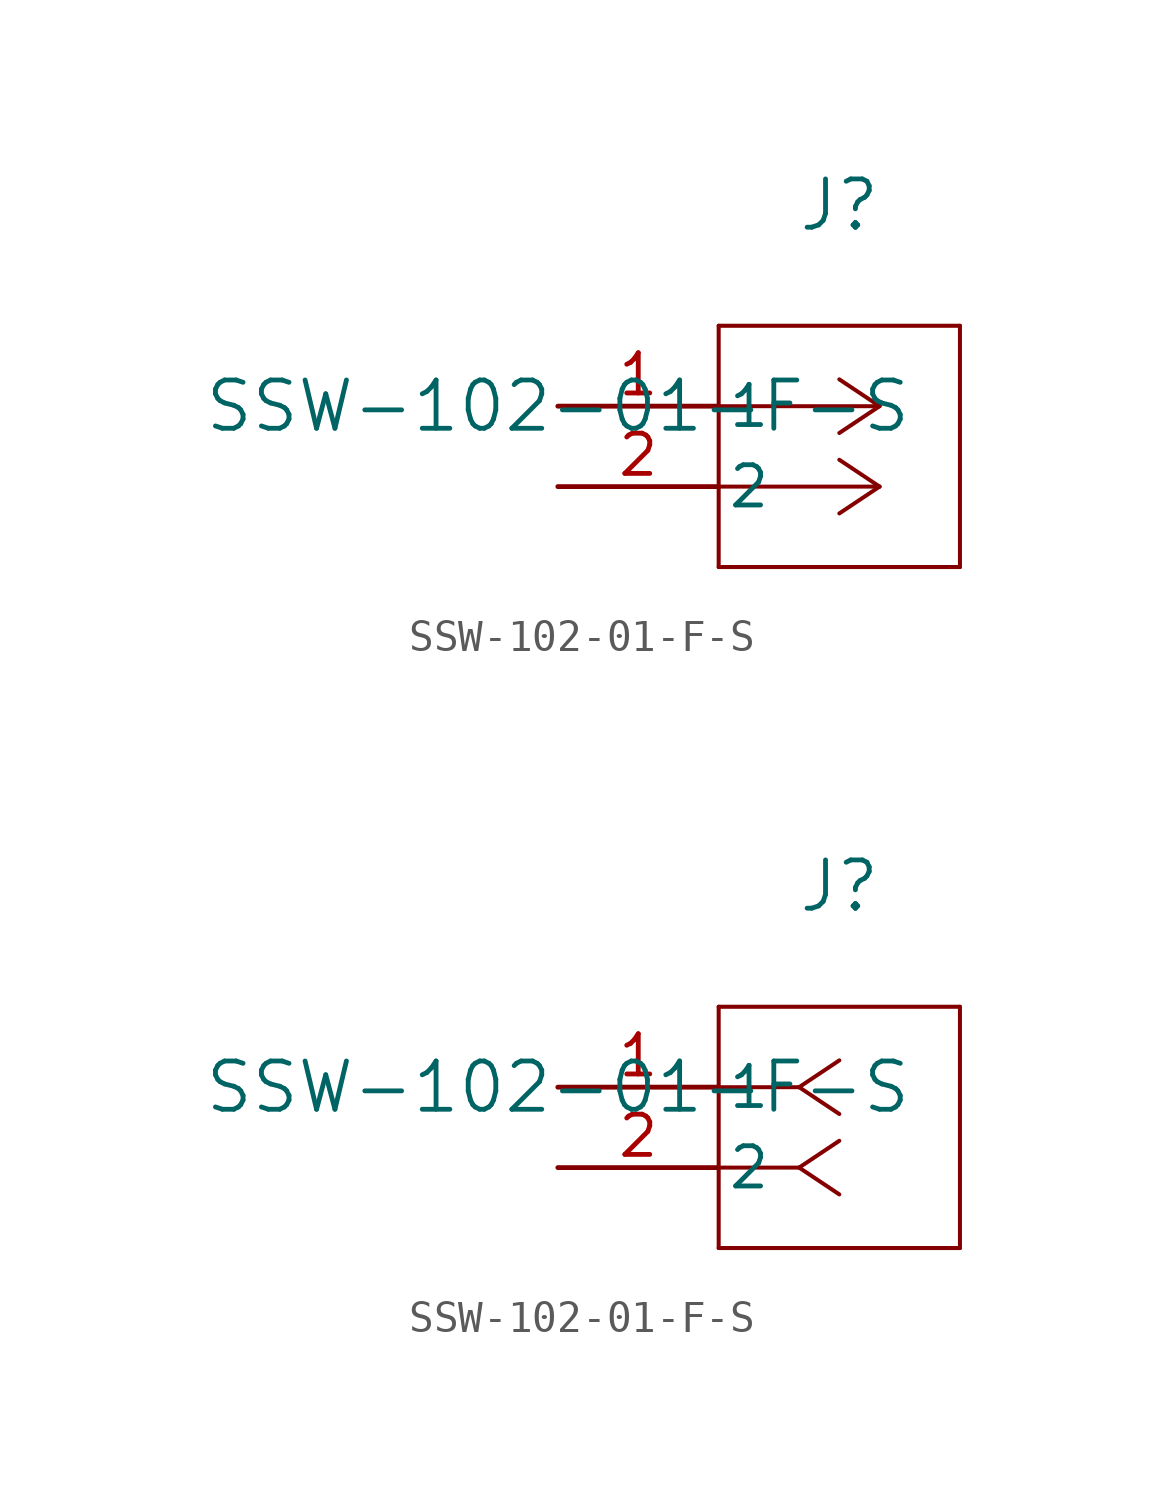
<source format=kicad_sym>
(kicad_symbol_lib
  (version 20211014)
  (generator kicad_symbol_editor)
  (symbol "SSW-102-01-F-S"
    (pin_names
      (offset 0.254))
    (property "Reference" "J"
      (at 8.89 6.35 0)
      (effects (font (size 1.524 1.524))))
    (property "Value" "SSW-102-01-F-S"
      (at 0 0 0)
      (effects (font (size 1.524 1.524))))
    (symbol "SSW-102-01-F-S_1_1"
      (polyline (pts (xy 10.16 0) (xy 5.08 0)) (stroke (width 0.127) (type default) (color 0 0 0 0)) (fill (type none)))
      (polyline (pts (xy 10.16 -2.54) (xy 5.08 -2.54)) (stroke (width 0.127) (type default) (color 0 0 0 0)) (fill (type none)))
      (polyline (pts (xy 10.16 0) (xy 8.89 0.847)) (stroke (width 0.127) (type default) (color 0 0 0 0)) (fill (type none)))
      (polyline (pts (xy 10.16 -2.54) (xy 8.89 -1.693)) (stroke (width 0.127) (type default) (color 0 0 0 0)) (fill (type none)))
      (polyline (pts (xy 10.16 0) (xy 8.89 -0.847)) (stroke (width 0.127) (type default) (color 0 0 0 0)) (fill (type none)))
      (polyline (pts (xy 10.16 -2.54) (xy 8.89 -3.387)) (stroke (width 0.127) (type default) (color 0 0 0 0)) (fill (type none)))
      (polyline (pts (xy 5.08 2.54) (xy 5.08 -5.08)) (stroke (width 0.127) (type default) (color 0 0 0 0)) (fill (type none)))
      (polyline (pts (xy 5.08 -5.08) (xy 12.7 -5.08)) (stroke (width 0.127) (type default) (color 0 0 0 0)) (fill (type none)))
      (polyline (pts (xy 12.7 -5.08) (xy 12.7 2.54)) (stroke (width 0.127) (type default) (color 0 0 0 0)) (fill (type none)))
      (polyline (pts (xy 12.7 2.54) (xy 5.08 2.54)) (stroke (width 0.127) (type default) (color 0 0 0 0)) (fill (type none)))
      (pin unspecified line (at 0 0 0) (length 5.08) (name "1" (effects (font (size 1.27 1.27)))) (number "1" (effects (font (size 1.27 1.27)))))
      (pin unspecified line (at 0 -2.54 0) (length 5.08) (name "2" (effects (font (size 1.27 1.27)))) (number "2" (effects (font (size 1.27 1.27))))))
    (symbol "SSW-102-01-F-S_1_2"
      (polyline (pts (xy 7.62 0) (xy 5.08 0)) (stroke (width 0.127) (type default) (color 0 0 0 0)) (fill (type none)))
      (polyline (pts (xy 7.62 -2.54) (xy 5.08 -2.54)) (stroke (width 0.127) (type default) (color 0 0 0 0)) (fill (type none)))
      (polyline (pts (xy 7.62 0) (xy 8.89 0.847)) (stroke (width 0.127) (type default) (color 0 0 0 0)) (fill (type none)))
      (polyline (pts (xy 7.62 -2.54) (xy 8.89 -1.693)) (stroke (width 0.127) (type default) (color 0 0 0 0)) (fill (type none)))
      (polyline (pts (xy 7.62 0) (xy 8.89 -0.847)) (stroke (width 0.127) (type default) (color 0 0 0 0)) (fill (type none)))
      (polyline (pts (xy 7.62 -2.54) (xy 8.89 -3.387)) (stroke (width 0.127) (type default) (color 0 0 0 0)) (fill (type none)))
      (polyline (pts (xy 5.08 2.54) (xy 5.08 -5.08)) (stroke (width 0.127) (type default) (color 0 0 0 0)) (fill (type none)))
      (polyline (pts (xy 5.08 -5.08) (xy 12.7 -5.08)) (stroke (width 0.127) (type default) (color 0 0 0 0)) (fill (type none)))
      (polyline (pts (xy 12.7 -5.08) (xy 12.7 2.54)) (stroke (width 0.127) (type default) (color 0 0 0 0)) (fill (type none)))
      (polyline (pts (xy 12.7 2.54) (xy 5.08 2.54)) (stroke (width 0.127) (type default) (color 0 0 0 0)) (fill (type none)))
      (pin unspecified line (at 0 0 0) (length 5.08) (name "1" (effects (font (size 1.27 1.27)))) (number "1" (effects (font (size 1.27 1.27)))))
      (pin unspecified line (at 0 -2.54 0) (length 5.08) (name "2" (effects (font (size 1.27 1.27)))) (number "2" (effects (font (size 1.27 1.27))))))))
</source>
